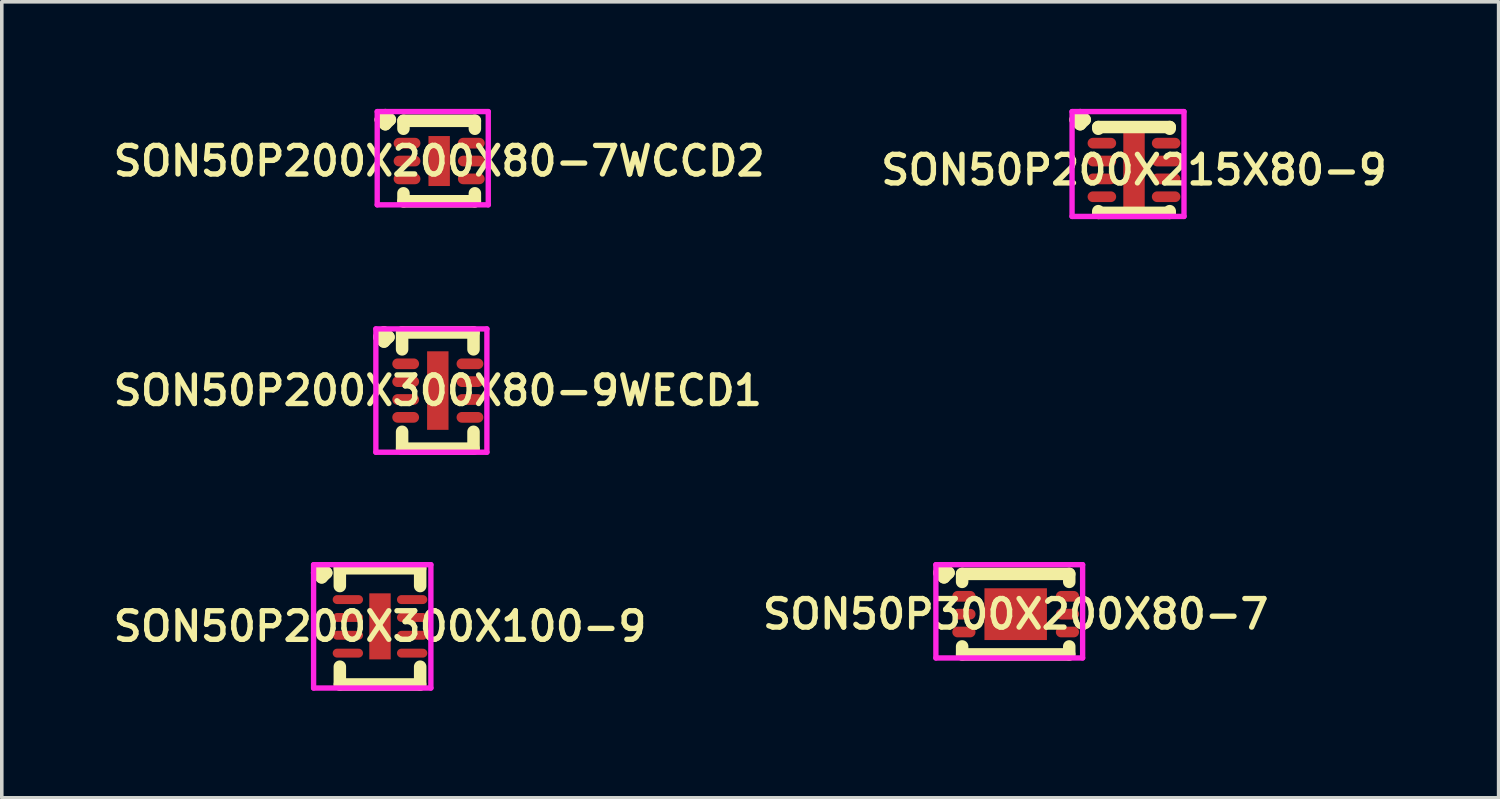
<source format=kicad_pcb>
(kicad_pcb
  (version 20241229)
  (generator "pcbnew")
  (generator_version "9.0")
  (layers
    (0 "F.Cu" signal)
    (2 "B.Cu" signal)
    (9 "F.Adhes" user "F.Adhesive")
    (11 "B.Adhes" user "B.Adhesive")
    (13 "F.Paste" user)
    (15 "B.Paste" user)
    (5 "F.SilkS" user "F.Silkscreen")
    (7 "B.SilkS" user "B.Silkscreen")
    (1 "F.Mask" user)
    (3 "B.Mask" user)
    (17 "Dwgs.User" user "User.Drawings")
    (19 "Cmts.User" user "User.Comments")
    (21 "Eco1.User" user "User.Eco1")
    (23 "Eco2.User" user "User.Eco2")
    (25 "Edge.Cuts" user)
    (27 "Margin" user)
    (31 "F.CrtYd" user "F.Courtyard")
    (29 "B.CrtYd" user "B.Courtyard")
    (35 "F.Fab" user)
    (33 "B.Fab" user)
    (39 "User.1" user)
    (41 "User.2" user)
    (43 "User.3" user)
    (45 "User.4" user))
  (footprint "SON50P300X200X80-7"
    (layer "F.Cu")
    (at 25.397 14.151)
    (property "Reference" "SON50P300X200X80-7" (at 0 0 0) (layer "F.SilkS") (effects (font (size 0.8 0.8) (thickness 0.15))))
    (attr through_hole)
    (fp_line (start -2.135 -1.158) (end -2.008 -1.285) (stroke (width 0.35) (type solid)) (layer "F.SilkS"))
    (fp_line (start -2.008 -1.285) (end -1.881 -1.158) (stroke (width 0.35) (type solid)) (layer "F.SilkS"))
    (fp_line (start -2.008 -1.031) (end -2.135 -1.158) (stroke (width 0.35) (type solid)) (layer "F.SilkS"))
    (fp_line (start -1.881 -1.158) (end -2.008 -1.031) (stroke (width 0.35) (type solid)) (layer "F.SilkS"))
    (fp_line (start -1.5 -1.127) (end 1.5 -1.127) (stroke (width 0.35) (type solid)) (layer "F.SilkS"))
    (fp_line (start -1.5 -0.904) (end -1.5 -1.127) (stroke (width 0.35) (type solid)) (layer "F.SilkS"))
    (fp_line (start -1.5 0.904) (end -1.5 1.127) (stroke (width 0.35) (type solid)) (layer "F.SilkS"))
    (fp_line (start -1.5 1.127) (end 1.5 1.127) (stroke (width 0.35) (type solid)) (layer "F.SilkS"))
    (fp_line (start 1.5 -1.127) (end 1.5 -0.904) (stroke (width 0.35) (type solid)) (layer "F.SilkS"))
    (fp_line (start 1.5 1.127) (end 1.5 0.904) (stroke (width 0.35) (type solid)) (layer "F.SilkS"))
    (fp_line (start -2.235 -1.385) (end 1.875 -1.385) (stroke (width 0.15) (type solid)) (layer "F.CrtYd"))
    (fp_line (start -2.235 1.227) (end -2.235 -1.385) (stroke (width 0.15) (type solid)) (layer "F.CrtYd"))
    (fp_line (start 1.875 -1.385) (end 1.875 1.227) (stroke (width 0.15) (type solid)) (layer "F.CrtYd"))
    (fp_line (start 1.875 1.227) (end -2.235 1.227) (stroke (width 0.15) (type solid)) (layer "F.CrtYd"))
    (pad "1" smd oval (at -1.45 -0.5) (size 0.65 0.3) (layers "F.Cu" "F.Mask" "F.Paste"))
    (pad "2" smd oval (at -1.45 0) (size 0.65 0.3) (layers "F.Cu" "F.Mask" "F.Paste"))
    (pad "3" smd oval (at -1.45 0.5) (size 0.65 0.3) (layers "F.Cu" "F.Mask" "F.Paste"))
    (pad "4" smd oval (at 1.45 0.5) (size 0.65 0.3) (layers "F.Cu" "F.Mask" "F.Paste"))
    (pad "5" smd oval (at 1.45 0) (size 0.65 0.3) (layers "F.Cu" "F.Mask" "F.Paste"))
    (pad "6" smd oval (at 1.45 -0.5) (size 0.65 0.3) (layers "F.Cu" "F.Mask" "F.Paste"))
    (pad "7" smd rect (at 0 0) (size 1.75 1.45) (layers "F.Cu" "F.Mask" "F.Paste")))
  (footprint "SON50P200X300X80-9WECD1"
    (layer "F.Cu")
    (at 9.212 7.889)
    (property "Reference" "SON50P200X300X80-9WECD1" (at 0 0 0) (layer "F.SilkS") (effects (font (size 0.8 0.8) (thickness 0.15))))
    (attr smd)
    (fp_line (start -1.635 -1.5) (end -1.508 -1.627) (stroke (width 0.35) (type solid)) (layer "F.SilkS"))
    (fp_line (start -1.508 -1.627) (end -1.381 -1.5) (stroke (width 0.35) (type solid)) (layer "F.SilkS"))
    (fp_line (start -1.508 -1.373) (end -1.635 -1.5) (stroke (width 0.35) (type solid)) (layer "F.SilkS"))
    (fp_line (start -1.381 -1.5) (end -1.508 -1.373) (stroke (width 0.35) (type solid)) (layer "F.SilkS"))
    (fp_line (start -1 -1.627) (end 1 -1.627) (stroke (width 0.35) (type solid)) (layer "F.SilkS"))
    (fp_line (start -1 -1.154) (end -1 -1.627) (stroke (width 0.35) (type solid)) (layer "F.SilkS"))
    (fp_line (start -1 1.154) (end -1 1.627) (stroke (width 0.35) (type solid)) (layer "F.SilkS"))
    (fp_line (start -1 1.627) (end 1 1.627) (stroke (width 0.35) (type solid)) (layer "F.SilkS"))
    (fp_line (start 1 -1.627) (end 1 -1.154) (stroke (width 0.35) (type solid)) (layer "F.SilkS"))
    (fp_line (start 1 1.627) (end 1 1.154) (stroke (width 0.35) (type solid)) (layer "F.SilkS"))
    (fp_line (start -1.735 -1.727) (end 1.375 -1.727) (stroke (width 0.15) (type solid)) (layer "F.CrtYd"))
    (fp_line (start -1.735 1.727) (end -1.735 -1.727) (stroke (width 0.15) (type solid)) (layer "F.CrtYd"))
    (fp_line (start 1.375 -1.727) (end 1.375 1.727) (stroke (width 0.15) (type solid)) (layer "F.CrtYd"))
    (fp_line (start 1.375 1.727) (end -1.735 1.727) (stroke (width 0.15) (type solid)) (layer "F.CrtYd"))
    (pad "1" smd oval (at -0.9 -0.75) (size 0.75 0.3) (layers "F.Cu" "F.Mask" "F.Paste"))
    (pad "2" smd oval (at -0.9 -0.25) (size 0.75 0.3) (layers "F.Cu" "F.Mask" "F.Paste"))
    (pad "3" smd oval (at -0.9 0.25) (size 0.75 0.3) (layers "F.Cu" "F.Mask" "F.Paste"))
    (pad "4" smd oval (at -0.9 0.75) (size 0.75 0.3) (layers "F.Cu" "F.Mask" "F.Paste"))
    (pad "5" smd oval (at 0.9 0.75) (size 0.75 0.3) (layers "F.Cu" "F.Mask" "F.Paste"))
    (pad "6" smd oval (at 0.9 0.25) (size 0.75 0.3) (layers "F.Cu" "F.Mask" "F.Paste"))
    (pad "7" smd oval (at 0.9 -0.25) (size 0.75 0.3) (layers "F.Cu" "F.Mask" "F.Paste"))
    (pad "8" smd oval (at 0.9 -0.75) (size 0.75 0.3) (layers "F.Cu" "F.Mask" "F.Paste"))
    (pad "9" smd rect (at 0 0) (size 0.6 2.2) (layers "F.Cu" "F.Mask" "F.Paste")))
  (footprint "SON50P200X300X100-9"
    (layer "F.Cu")
    (at 7.593 14.493)
    (property "Reference" "SON50P200X300X100-9" (at 0 0 0) (layer "F.SilkS") (effects (font (size 0.8 0.8) (thickness 0.15))))
    (attr smd)
    (fp_line (start -1.76 -1.5) (end -1.633 -1.627) (stroke (width 0.35) (type solid)) (layer "F.SilkS"))
    (fp_line (start -1.633 -1.627) (end -1.506 -1.5) (stroke (width 0.35) (type solid)) (layer "F.SilkS"))
    (fp_line (start -1.633 -1.373) (end -1.76 -1.5) (stroke (width 0.35) (type solid)) (layer "F.SilkS"))
    (fp_line (start -1.506 -1.5) (end -1.633 -1.373) (stroke (width 0.35) (type solid)) (layer "F.SilkS"))
    (fp_line (start -1.125 -1.627) (end 1.125 -1.627) (stroke (width 0.35) (type solid)) (layer "F.SilkS"))
    (fp_line (start -1.125 -1.129) (end -1.125 -1.627) (stroke (width 0.35) (type solid)) (layer "F.SilkS"))
    (fp_line (start -1.125 1.129) (end -1.125 1.627) (stroke (width 0.35) (type solid)) (layer "F.SilkS"))
    (fp_line (start -1.125 1.627) (end 1.125 1.627) (stroke (width 0.35) (type solid)) (layer "F.SilkS"))
    (fp_line (start 1.125 -1.627) (end 1.125 -1.129) (stroke (width 0.35) (type solid)) (layer "F.SilkS"))
    (fp_line (start 1.125 1.627) (end 1.125 1.129) (stroke (width 0.35) (type solid)) (layer "F.SilkS"))
    (fp_line (start -1.86 -1.727) (end 1.425 -1.727) (stroke (width 0.15) (type solid)) (layer "F.CrtYd"))
    (fp_line (start -1.86 1.727) (end -1.86 -1.727) (stroke (width 0.15) (type solid)) (layer "F.CrtYd"))
    (fp_line (start 1.425 -1.727) (end 1.425 1.727) (stroke (width 0.15) (type solid)) (layer "F.CrtYd"))
    (fp_line (start 1.425 1.727) (end -1.86 1.727) (stroke (width 0.15) (type solid)) (layer "F.CrtYd"))
    (pad "1" smd oval (at -0.9 -0.75) (size 0.85 0.25) (layers "F.Cu" "F.Mask" "F.Paste"))
    (pad "2" smd oval (at -0.9 -0.25) (size 0.85 0.25) (layers "F.Cu" "F.Mask" "F.Paste"))
    (pad "3" smd oval (at -0.9 0.25) (size 0.85 0.25) (layers "F.Cu" "F.Mask" "F.Paste"))
    (pad "4" smd oval (at -0.9 0.75) (size 0.85 0.25) (layers "F.Cu" "F.Mask" "F.Paste"))
    (pad "5" smd oval (at 0.9 0.75) (size 0.85 0.25) (layers "F.Cu" "F.Mask" "F.Paste"))
    (pad "6" smd oval (at 0.9 0.25) (size 0.85 0.25) (layers "F.Cu" "F.Mask" "F.Paste"))
    (pad "7" smd oval (at 0.9 -0.25) (size 0.85 0.25) (layers "F.Cu" "F.Mask" "F.Paste"))
    (pad "8" smd oval (at 0.9 -0.75) (size 0.85 0.25) (layers "F.Cu" "F.Mask" "F.Paste"))
    (pad "9" smd rect (at 0 0) (size 0.6 1.85) (layers "F.Cu" "F.Mask" "F.Paste")))
  (footprint "SON50P200X200X80-7WCCD2"
    (layer "F.Cu")
    (at 9.25 1.46)
    (property "Reference" "SON50P200X200X80-7WCCD2" (at 0 0 0) (layer "F.SilkS") (effects (font (size 0.8 0.8) (thickness 0.15))))
    (attr through_hole)
    (fp_line (start -1.635 -1.158) (end -1.508 -1.285) (stroke (width 0.35) (type solid)) (layer "F.SilkS"))
    (fp_line (start -1.508 -1.285) (end -1.381 -1.158) (stroke (width 0.35) (type solid)) (layer "F.SilkS"))
    (fp_line (start -1.508 -1.031) (end -1.635 -1.158) (stroke (width 0.35) (type solid)) (layer "F.SilkS"))
    (fp_line (start -1.381 -1.158) (end -1.508 -1.031) (stroke (width 0.35) (type solid)) (layer "F.SilkS"))
    (fp_line (start -1 -1.127) (end 1 -1.127) (stroke (width 0.35) (type solid)) (layer "F.SilkS"))
    (fp_line (start -1 -0.904) (end -1 -1.127) (stroke (width 0.35) (type solid)) (layer "F.SilkS"))
    (fp_line (start -1 0.904) (end -1 1.127) (stroke (width 0.35) (type solid)) (layer "F.SilkS"))
    (fp_line (start -1 1.127) (end 1 1.127) (stroke (width 0.35) (type solid)) (layer "F.SilkS"))
    (fp_line (start 1 -1.127) (end 1 -0.904) (stroke (width 0.35) (type solid)) (layer "F.SilkS"))
    (fp_line (start 1 1.127) (end 1 0.904) (stroke (width 0.35) (type solid)) (layer "F.SilkS"))
    (fp_line (start -1.735 -1.385) (end 1.375 -1.385) (stroke (width 0.15) (type solid)) (layer "F.CrtYd"))
    (fp_line (start -1.735 1.227) (end -1.735 -1.385) (stroke (width 0.15) (type solid)) (layer "F.CrtYd"))
    (fp_line (start 1.375 -1.385) (end 1.375 1.227) (stroke (width 0.15) (type solid)) (layer "F.CrtYd"))
    (fp_line (start 1.375 1.227) (end -1.735 1.227) (stroke (width 0.15) (type solid)) (layer "F.CrtYd"))
    (pad "1" smd oval (at -0.9 -0.5) (size 0.75 0.3) (layers "F.Cu" "F.Mask" "F.Paste"))
    (pad "2" smd oval (at -0.9 0) (size 0.75 0.3) (layers "F.Cu" "F.Mask" "F.Paste"))
    (pad "3" smd oval (at -0.9 0.5) (size 0.75 0.3) (layers "F.Cu" "F.Mask" "F.Paste"))
    (pad "4" smd oval (at 0.9 0.5) (size 0.75 0.3) (layers "F.Cu" "F.Mask" "F.Paste"))
    (pad "5" smd oval (at 0.9 0) (size 0.75 0.3) (layers "F.Cu" "F.Mask" "F.Paste"))
    (pad "6" smd oval (at 0.9 -0.5) (size 0.75 0.3) (layers "F.Cu" "F.Mask" "F.Paste"))
    (pad "7" smd rect (at 0 0) (size 0.6 1.4) (layers "F.Cu" "F.Mask" "F.Paste")))
  (footprint "SON50P200X215X80-9"
    (layer "F.Cu")
    (at 28.711 1.71)
    (property "Reference" "SON50P200X215X80-9" (at 0 0 0) (layer "F.SilkS") (effects (font (size 0.8 0.8) (thickness 0.15))))
    (attr through_hole)
    (fp_line (start -1.635 -1.408) (end -1.508 -1.535) (stroke (width 0.35) (type solid)) (layer "F.SilkS"))
    (fp_line (start -1.508 -1.535) (end -1.381 -1.408) (stroke (width 0.35) (type solid)) (layer "F.SilkS"))
    (fp_line (start -1.508 -1.281) (end -1.635 -1.408) (stroke (width 0.35) (type solid)) (layer "F.SilkS"))
    (fp_line (start -1.381 -1.408) (end -1.508 -1.281) (stroke (width 0.35) (type solid)) (layer "F.SilkS"))
    (fp_line (start -1 -1.202) (end 1 -1.202) (stroke (width 0.35) (type solid)) (layer "F.SilkS"))
    (fp_line (start -1 -1.154) (end -1 -1.202) (stroke (width 0.35) (type solid)) (layer "F.SilkS"))
    (fp_line (start -1 1.154) (end -1 1.202) (stroke (width 0.35) (type solid)) (layer "F.SilkS"))
    (fp_line (start -1 1.202) (end 1 1.202) (stroke (width 0.35) (type solid)) (layer "F.SilkS"))
    (fp_line (start 1 -1.202) (end 1 -1.154) (stroke (width 0.35) (type solid)) (layer "F.SilkS"))
    (fp_line (start 1 1.202) (end 1 1.154) (stroke (width 0.35) (type solid)) (layer "F.SilkS"))
    (fp_line (start -1.735 -1.635) (end 1.4 -1.635) (stroke (width 0.15) (type solid)) (layer "F.CrtYd"))
    (fp_line (start -1.735 1.302) (end -1.735 -1.635) (stroke (width 0.15) (type solid)) (layer "F.CrtYd"))
    (fp_line (start 1.4 -1.635) (end 1.4 1.302) (stroke (width 0.15) (type solid)) (layer "F.CrtYd"))
    (fp_line (start 1.4 1.302) (end -1.735 1.302) (stroke (width 0.15) (type solid)) (layer "F.CrtYd"))
    (pad "1" smd oval (at -0.9 -0.75) (size 0.8 0.3) (layers "F.Cu" "F.Mask" "F.Paste"))
    (pad "2" smd oval (at -0.9 -0.25) (size 0.8 0.3) (layers "F.Cu" "F.Mask" "F.Paste"))
    (pad "3" smd oval (at -0.9 0.25) (size 0.8 0.3) (layers "F.Cu" "F.Mask" "F.Paste"))
    (pad "4" smd oval (at -0.9 0.75) (size 0.8 0.3) (layers "F.Cu" "F.Mask" "F.Paste"))
    (pad "5" smd oval (at 0.9 0.75) (size 0.8 0.3) (layers "F.Cu" "F.Mask" "F.Paste"))
    (pad "6" smd oval (at 0.9 0.25) (size 0.8 0.3) (layers "F.Cu" "F.Mask" "F.Paste"))
    (pad "7" smd oval (at 0.9 -0.25) (size 0.8 0.3) (layers "F.Cu" "F.Mask" "F.Paste"))
    (pad "8" smd oval (at 0.9 -0.75) (size 0.8 0.3) (layers "F.Cu" "F.Mask" "F.Paste"))
    (pad "9" smd rect (at 0 0) (size 0.6 2.2) (layers "F.Cu" "F.Mask" "F.Paste")))
  (gr_rect
    (start -3 -3)
    (end 38.923 19.295)
    (stroke (width 0.1) (type default))
    (fill no)
    (layer "Edge.Cuts")))
</source>
